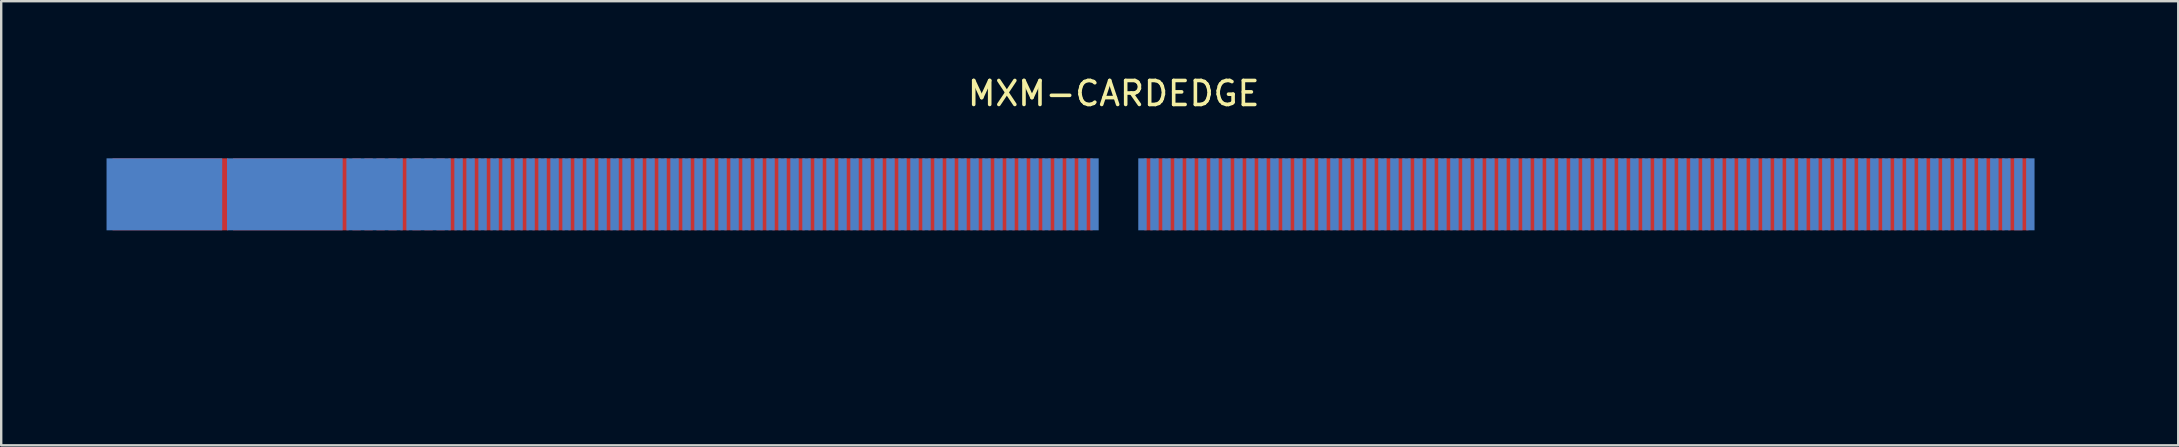
<source format=kicad_pcb>
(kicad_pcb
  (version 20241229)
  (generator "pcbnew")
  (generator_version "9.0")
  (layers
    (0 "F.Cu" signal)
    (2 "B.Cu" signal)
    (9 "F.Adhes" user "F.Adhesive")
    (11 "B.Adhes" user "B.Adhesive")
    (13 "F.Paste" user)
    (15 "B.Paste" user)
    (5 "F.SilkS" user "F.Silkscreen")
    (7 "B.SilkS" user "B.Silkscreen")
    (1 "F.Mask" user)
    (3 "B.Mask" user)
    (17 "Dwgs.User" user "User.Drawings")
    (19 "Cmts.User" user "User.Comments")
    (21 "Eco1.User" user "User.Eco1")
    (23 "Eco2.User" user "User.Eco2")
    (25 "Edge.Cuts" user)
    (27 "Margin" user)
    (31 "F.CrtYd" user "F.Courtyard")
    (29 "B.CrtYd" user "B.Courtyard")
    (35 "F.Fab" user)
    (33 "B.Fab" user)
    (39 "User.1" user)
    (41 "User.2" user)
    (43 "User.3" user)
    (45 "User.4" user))
  (footprint "MXM-CARDEDGE"
    (layer "F.Cu")
    (at 43.56 3.448)
    (property "Reference" "MXM-CARDEDGE" (at -0.2 -2.6 0) (layer "F.SilkS") (effects (font (size 1 1) (thickness 0.15))))
    (attr through_hole)
    (fp_poly (pts (xy -0.5 3.25) (xy -43.5 3.25) (xy -43.5 0) (xy -0.5 0)) (stroke (width 0.1) (type solid)) (fill yes) (layer "F.Mask"))
    (fp_poly (pts (xy 39.5 3.25) (xy 0.5 3.25) (xy 0.5 0) (xy 39.5 0)) (stroke (width 0.1) (type solid)) (fill yes) (layer "F.Mask"))
    (fp_poly (pts (xy -0.5 3.25) (xy -43.5 3.25) (xy -43.5 0) (xy -0.5 0)) (stroke (width 0.1) (type solid)) (fill yes) (layer "B.Mask"))
    (fp_poly (pts (xy 39.5 3.25) (xy 0.5 3.25) (xy 0.5 0) (xy 39.5 0)) (stroke (width 0.1) (type solid)) (fill yes) (layer "B.Mask"))
    (fp_line (start -43.5 0) (end -43.5 6.2) (stroke (width 0.12) (type solid)) (layer "Eco2.User"))
    (fp_line (start -43.5 6.2) (end -41.25 6.2) (stroke (width 0.12) (type solid)) (layer "Eco2.User"))
    (fp_line (start -43.5 7.7) (end -43.5 9) (stroke (width 0.12) (type solid)) (layer "Eco2.User"))
    (fp_line (start -41.25 7.7) (end -43.5 7.7) (stroke (width 0.12) (type solid)) (layer "Eco2.User"))
    (fp_line (start -40.75 6.7) (end -40.75 7.2) (stroke (width 0.12) (type solid)) (layer "Eco2.User"))
    (fp_line (start -0.5 0) (end -43.5 0) (stroke (width 0.12) (type solid)) (layer "Eco2.User"))
    (fp_line (start -0.5 0) (end -0.5 3.25) (stroke (width 0.12) (type solid)) (layer "Eco2.User"))
    (fp_line (start 0.5 0) (end 39.5 0) (stroke (width 0.12) (type solid)) (layer "Eco2.User"))
    (fp_line (start 0.5 3.25) (end 0.5 0) (stroke (width 0.12) (type solid)) (layer "Eco2.User"))
    (fp_line (start 36.75 6.7) (end 36.75 7.2) (stroke (width 0.12) (type solid)) (layer "Eco2.User"))
    (fp_line (start 37.25 6.2) (end 39.5 6.2) (stroke (width 0.12) (type solid)) (layer "Eco2.User"))
    (fp_line (start 39.5 0) (end 39.5 6.2) (stroke (width 0.12) (type solid)) (layer "Eco2.User"))
    (fp_line (start 39.5 7.7) (end 37.25 7.7) (stroke (width 0.12) (type solid)) (layer "Eco2.User"))
    (fp_line (start 39.5 7.7) (end 39.5 9) (stroke (width 0.12) (type solid)) (layer "Eco2.User"))
    (fp_line (start 40 0) (end 40.5 0) (stroke (width 0.12) (type solid)) (layer "Eco2.User"))
    (fp_line (start 40 1.5) (end 40.5 1.5) (stroke (width 0.12) (type solid)) (layer "Eco2.User"))
    (fp_line (start 40.25 0) (end 40.25 1.5) (stroke (width 0.12) (type solid)) (layer "Eco2.User"))
    (fp_arc (start -41.25 6.2) (mid -40.896447 6.346447) (end -40.75 6.7) (stroke (width 0.12) (type solid)) (layer "Eco2.User"))
    (fp_arc (start -40.75 7.2) (mid -40.896447 7.553553) (end -41.25 7.7) (stroke (width 0.12) (type solid)) (layer "Eco2.User"))
    (fp_arc (start 0.5 3.25) (mid 0 3.75) (end -0.5 3.25) (stroke (width 0.12) (type solid)) (layer "Eco2.User"))
    (fp_arc (start 36.75 6.7) (mid 36.896447 6.346447) (end 37.25 6.2) (stroke (width 0.12) (type solid)) (layer "Eco2.User"))
    (fp_arc (start 37.25 7.7) (mid 36.896447 7.553553) (end 36.75 7.2) (stroke (width 0.12) (type solid)) (layer "Eco2.User"))
    (fp_text user "HOLES 66mm r3.2, EDGE 70/105mm" (at 40.9 4.15 90) (layer "Eco2.User") (effects (font (size 0.3 0.3) (thickness 0.05))))
    (pad "1" smd rect (at -31 1.6 180) (size 2.35 3) (layers "B.Cu" "B.Mask" "B.Paste"))
    (pad "2" smd rect (at -31.75 1.6 180) (size 0.35 3) (layers "F.Cu" "F.Mask" "F.Paste"))
    (pad "4" smd rect (at -31.25 1.6 180) (size 0.35 3) (layers "F.Cu" "F.Mask" "F.Paste"))
    (pad "6" smd rect (at -30.75 1.6 180) (size 0.35 3) (layers "F.Cu" "F.Mask" "F.Paste"))
    (pad "8" smd rect (at -30.25 1.6 180) (size 0.35 3) (layers "F.Cu" "F.Mask" "F.Paste"))
    (pad "10" smd rect (at -29.75 1.6 180) (size 0.35 3) (layers "F.Cu" "F.Mask" "F.Paste"))
    (pad "11" smd rect (at -28.75 1.6 180) (size 1.85 3) (layers "B.Cu" "B.Mask" "B.Paste"))
    (pad "12" smd rect (at -29.25 1.6 180) (size 0.35 3) (layers "F.Cu" "F.Mask" "F.Paste"))
    (pad "14" smd rect (at -28.75 1.6 180) (size 0.35 3) (layers "F.Cu" "F.Mask" "F.Paste"))
    (pad "16" smd rect (at -28.25 1.6 180) (size 0.35 3) (layers "F.Cu" "F.Mask" "F.Paste"))
    (pad "18" smd rect (at -27.75 1.6 180) (size 0.35 3) (layers "F.Cu" "F.Mask" "F.Paste"))
    (pad "19" smd rect (at -27.5 1.6 180) (size 0.35 3) (layers "B.Cu" "B.Mask" "B.Paste"))
    (pad "20" smd rect (at -27.25 1.6 180) (size 0.35 3) (layers "F.Cu" "F.Mask" "F.Paste"))
    (pad "21" smd rect (at -27 1.6 180) (size 0.35 3) (layers "B.Cu" "B.Mask" "B.Paste"))
    (pad "22" smd rect (at -26.75 1.6 180) (size 0.35 3) (layers "F.Cu" "F.Mask" "F.Paste"))
    (pad "23" smd rect (at -26.5 1.6 180) (size 0.35 3) (layers "B.Cu" "B.Mask" "B.Paste"))
    (pad "24" smd rect (at -26.25 1.6 180) (size 0.35 3) (layers "F.Cu" "F.Mask" "F.Paste"))
    (pad "25" smd rect (at -26 1.6 180) (size 0.35 3) (layers "B.Cu" "B.Mask" "B.Paste"))
    (pad "26" smd rect (at -25.75 1.6 180) (size 0.35 3) (layers "F.Cu" "F.Mask" "F.Paste"))
    (pad "27" smd rect (at -25.5 1.6 180) (size 0.35 3) (layers "B.Cu" "B.Mask" "B.Paste"))
    (pad "28" smd rect (at -25.25 1.6 180) (size 0.35 3) (layers "F.Cu" "F.Mask" "F.Paste"))
    (pad "29" smd rect (at -25 1.6 180) (size 0.35 3) (layers "B.Cu" "B.Mask" "B.Paste"))
    (pad "30" smd rect (at -24.75 1.6 180) (size 0.35 3) (layers "F.Cu" "F.Mask" "F.Paste"))
    (pad "31" smd rect (at -24.5 1.6 180) (size 0.35 3) (layers "B.Cu" "B.Mask" "B.Paste"))
    (pad "32" smd rect (at -24.25 1.6 180) (size 0.35 3) (layers "F.Cu" "F.Mask" "F.Paste"))
    (pad "33" smd rect (at -24 1.6 180) (size 0.35 3) (layers "B.Cu" "B.Mask" "B.Paste"))
    (pad "34" smd rect (at -23.75 1.6 180) (size 0.35 3) (layers "F.Cu" "F.Mask" "F.Paste"))
    (pad "35" smd rect (at -23.5 1.6 180) (size 0.35 3) (layers "B.Cu" "B.Mask" "B.Paste"))
    (pad "36" smd rect (at -23.25 1.6 180) (size 0.35 3) (layers "F.Cu" "F.Mask" "F.Paste"))
    (pad "37" smd rect (at -23 1.6 180) (size 0.35 3) (layers "B.Cu" "B.Mask" "B.Paste"))
    (pad "38" smd rect (at -22.75 1.6 180) (size 0.35 3) (layers "F.Cu" "F.Mask" "F.Paste"))
    (pad "39" smd rect (at -22.5 1.6 180) (size 0.35 3) (layers "B.Cu" "B.Mask" "B.Paste"))
    (pad "40" smd rect (at -22.25 1.6 180) (size 0.35 3) (layers "F.Cu" "F.Mask" "F.Paste"))
    (pad "41" smd rect (at -22 1.6 180) (size 0.35 3) (layers "B.Cu" "B.Mask" "B.Paste"))
    (pad "42" smd rect (at -21.75 1.6 180) (size 0.35 3) (layers "F.Cu" "F.Mask" "F.Paste"))
    (pad "43" smd rect (at -21.5 1.6 180) (size 0.35 3) (layers "B.Cu" "B.Mask" "B.Paste"))
    (pad "44" smd rect (at -21.25 1.6 180) (size 0.35 3) (layers "F.Cu" "F.Mask" "F.Paste"))
    (pad "45" smd rect (at -21 1.6 180) (size 0.35 3) (layers "B.Cu" "B.Mask" "B.Paste"))
    (pad "46" smd rect (at -20.75 1.6 180) (size 0.35 3) (layers "F.Cu" "F.Mask" "F.Paste"))
    (pad "47" smd rect (at -20.5 1.6 180) (size 0.35 3) (layers "B.Cu" "B.Mask" "B.Paste"))
    (pad "48" smd rect (at -20.25 1.6 180) (size 0.35 3) (layers "F.Cu" "F.Mask" "F.Paste"))
    (pad "49" smd rect (at -20 1.6 180) (size 0.35 3) (layers "B.Cu" "B.Mask" "B.Paste"))
    (pad "50" smd rect (at -19.75 1.6 180) (size 0.35 3) (layers "F.Cu" "F.Mask" "F.Paste"))
    (pad "51" smd rect (at -19.5 1.6 180) (size 0.35 3) (layers "B.Cu" "B.Mask" "B.Paste"))
    (pad "52" smd rect (at -19.25 1.6 180) (size 0.35 3) (layers "F.Cu" "F.Mask" "F.Paste"))
    (pad "53" smd rect (at -19 1.6 180) (size 0.35 3) (layers "B.Cu" "B.Mask" "B.Paste"))
    (pad "54" smd rect (at -18.75 1.6 180) (size 0.35 3) (layers "F.Cu" "F.Mask" "F.Paste"))
    (pad "55" smd rect (at -18.5 1.6 180) (size 0.35 3) (layers "B.Cu" "B.Mask" "B.Paste"))
    (pad "56" smd rect (at -18.25 1.6 180) (size 0.35 3) (layers "F.Cu" "F.Mask" "F.Paste"))
    (pad "57" smd rect (at -18 1.6 180) (size 0.35 3) (layers "B.Cu" "B.Mask" "B.Paste"))
    (pad "58" smd rect (at -17.75 1.6 180) (size 0.35 3) (layers "F.Cu" "F.Mask" "F.Paste"))
    (pad "59" smd rect (at -17.5 1.6 180) (size 0.35 3) (layers "B.Cu" "B.Mask" "B.Paste"))
    (pad "60" smd rect (at -17.25 1.6 180) (size 0.35 3) (layers "F.Cu" "F.Mask" "F.Paste"))
    (pad "61" smd rect (at -17 1.6 180) (size 0.35 3) (layers "B.Cu" "B.Mask" "B.Paste"))
    (pad "62" smd rect (at -16.75 1.6 180) (size 0.35 3) (layers "F.Cu" "F.Mask" "F.Paste"))
    (pad "63" smd rect (at -16.5 1.6 180) (size 0.35 3) (layers "B.Cu" "B.Mask" "B.Paste"))
    (pad "64" smd rect (at -16.25 1.6 180) (size 0.35 3) (layers "F.Cu" "F.Mask" "F.Paste"))
    (pad "65" smd rect (at -16 1.6 180) (size 0.35 3) (layers "B.Cu" "B.Mask" "B.Paste"))
    (pad "66" smd rect (at -15.75 1.6 180) (size 0.35 3) (layers "F.Cu" "F.Mask" "F.Paste"))
    (pad "67" smd rect (at -15.5 1.6 180) (size 0.35 3) (layers "B.Cu" "B.Mask" "B.Paste"))
    (pad "68" smd rect (at -15.25 1.6 180) (size 0.35 3) (layers "F.Cu" "F.Mask" "F.Paste"))
    (pad "69" smd rect (at -15 1.6 180) (size 0.35 3) (layers "B.Cu" "B.Mask" "B.Paste"))
    (pad "70" smd rect (at -14.75 1.6 180) (size 0.35 3) (layers "F.Cu" "F.Mask" "F.Paste"))
    (pad "71" smd rect (at -14.5 1.6 180) (size 0.35 3) (layers "B.Cu" "B.Mask" "B.Paste"))
    (pad "72" smd rect (at -14.25 1.6 180) (size 0.35 3) (layers "F.Cu" "F.Mask" "F.Paste"))
    (pad "73" smd rect (at -14 1.6 180) (size 0.35 3) (layers "B.Cu" "B.Mask" "B.Paste"))
    (pad "74" smd rect (at -13.75 1.6 180) (size 0.35 3) (layers "F.Cu" "F.Mask" "F.Paste"))
    (pad "75" smd rect (at -13.5 1.6 180) (size 0.35 3) (layers "B.Cu" "B.Mask" "B.Paste"))
    (pad "76" smd rect (at -13.25 1.6 180) (size 0.35 3) (layers "F.Cu" "F.Mask" "F.Paste"))
    (pad "77" smd rect (at -13 1.6 180) (size 0.35 3) (layers "B.Cu" "B.Mask" "B.Paste"))
    (pad "78" smd rect (at -12.75 1.6 180) (size 0.35 3) (layers "F.Cu" "F.Mask" "F.Paste"))
    (pad "79" smd rect (at -12.5 1.6 180) (size 0.35 3) (layers "B.Cu" "B.Mask" "B.Paste"))
    (pad "80" smd rect (at -12.25 1.6 180) (size 0.35 3) (layers "F.Cu" "F.Mask" "F.Paste"))
    (pad "81" smd rect (at -12 1.6 180) (size 0.35 3) (layers "B.Cu" "B.Mask" "B.Paste"))
    (pad "82" smd rect (at -11.75 1.6 180) (size 0.35 3) (layers "F.Cu" "F.Mask" "F.Paste"))
    (pad "83" smd rect (at -11.5 1.6 180) (size 0.35 3) (layers "B.Cu" "B.Mask" "B.Paste"))
    (pad "84" smd rect (at -11.25 1.6 180) (size 0.35 3) (layers "F.Cu" "F.Mask" "F.Paste"))
    (pad "85" smd rect (at -11 1.6 180) (size 0.35 3) (layers "B.Cu" "B.Mask" "B.Paste"))
    (pad "86" smd rect (at -10.75 1.6 180) (size 0.35 3) (layers "F.Cu" "F.Mask" "F.Paste"))
    (pad "87" smd rect (at -10.5 1.6 180) (size 0.35 3) (layers "B.Cu" "B.Mask" "B.Paste"))
    (pad "88" smd rect (at -10.25 1.6 180) (size 0.35 3) (layers "F.Cu" "F.Mask" "F.Paste"))
    (pad "89" smd rect (at -10 1.6 180) (size 0.35 3) (layers "B.Cu" "B.Mask" "B.Paste"))
    (pad "90" smd rect (at -9.75 1.6 180) (size 0.35 3) (layers "F.Cu" "F.Mask" "F.Paste"))
    (pad "91" smd rect (at -9.5 1.6 180) (size 0.35 3) (layers "B.Cu" "B.Mask" "B.Paste"))
    (pad "92" smd rect (at -9.25 1.6 180) (size 0.35 3) (layers "F.Cu" "F.Mask" "F.Paste"))
    (pad "93" smd rect (at -9 1.6 180) (size 0.35 3) (layers "B.Cu" "B.Mask" "B.Paste"))
    (pad "94" smd rect (at -8.75 1.6 180) (size 0.35 3) (layers "F.Cu" "F.Mask" "F.Paste"))
    (pad "95" smd rect (at -8.5 1.6 180) (size 0.35 3) (layers "B.Cu" "B.Mask" "B.Paste"))
    (pad "96" smd rect (at -8.25 1.6 180) (size 0.35 3) (layers "F.Cu" "F.Mask" "F.Paste"))
    (pad "97" smd rect (at -8 1.6 180) (size 0.35 3) (layers "B.Cu" "B.Mask" "B.Paste"))
    (pad "98" smd rect (at -7.75 1.6 180) (size 0.35 3) (layers "F.Cu" "F.Mask" "F.Paste"))
    (pad "99" smd rect (at -7.5 1.6 180) (size 0.35 3) (layers "B.Cu" "B.Mask" "B.Paste"))
    (pad "100" smd rect (at -7.25 1.6 180) (size 0.35 3) (layers "F.Cu" "F.Mask" "F.Paste"))
    (pad "101" smd rect (at -7 1.6 180) (size 0.35 3) (layers "B.Cu" "B.Mask" "B.Paste"))
    (pad "102" smd rect (at -6.75 1.6 180) (size 0.35 3) (layers "F.Cu" "F.Mask" "F.Paste"))
    (pad "103" smd rect (at -6.5 1.6 180) (size 0.35 3) (layers "B.Cu" "B.Mask" "B.Paste"))
    (pad "104" smd rect (at -6.25 1.6 180) (size 0.35 3) (layers "F.Cu" "F.Mask" "F.Paste"))
    (pad "105" smd rect (at -6 1.6 180) (size 0.35 3) (layers "B.Cu" "B.Mask" "B.Paste"))
    (pad "106" smd rect (at -5.75 1.6 180) (size 0.35 3) (layers "F.Cu" "F.Mask" "F.Paste"))
    (pad "107" smd rect (at -5.5 1.6 180) (size 0.35 3) (layers "B.Cu" "B.Mask" "B.Paste"))
    (pad "108" smd rect (at -5.25 1.6 180) (size 0.35 3) (layers "F.Cu" "F.Mask" "F.Paste"))
    (pad "109" smd rect (at -5 1.6 180) (size 0.35 3) (layers "B.Cu" "B.Mask" "B.Paste"))
    (pad "110" smd rect (at -4.75 1.6 180) (size 0.35 3) (layers "F.Cu" "F.Mask" "F.Paste"))
    (pad "111" smd rect (at -4.5 1.6 180) (size 0.35 3) (layers "B.Cu" "B.Mask" "B.Paste"))
    (pad "112" smd rect (at -4.25 1.6 180) (size 0.35 3) (layers "F.Cu" "F.Mask" "F.Paste"))
    (pad "113" smd rect (at -4 1.6 180) (size 0.35 3) (layers "B.Cu" "B.Mask" "B.Paste"))
    (pad "114" smd rect (at -3.75 1.6 180) (size 0.35 3) (layers "F.Cu" "F.Mask" "F.Paste"))
    (pad "115" smd rect (at -3.5 1.6 180) (size 0.35 3) (layers "B.Cu" "B.Mask" "B.Paste"))
    (pad "116" smd rect (at -3.25 1.6 180) (size 0.35 3) (layers "F.Cu" "F.Mask" "F.Paste"))
    (pad "117" smd rect (at -3 1.6 180) (size 0.35 3) (layers "B.Cu" "B.Mask" "B.Paste"))
    (pad "118" smd rect (at -2.75 1.6 180) (size 0.35 3) (layers "F.Cu" "F.Mask" "F.Paste"))
    (pad "119" smd rect (at -2.5 1.6 180) (size 0.35 3) (layers "B.Cu" "B.Mask" "B.Paste"))
    (pad "120" smd rect (at -2.25 1.6 180) (size 0.35 3) (layers "F.Cu" "F.Mask" "F.Paste"))
    (pad "121" smd rect (at -2 1.6 180) (size 0.35 3) (layers "B.Cu" "B.Mask" "B.Paste"))
    (pad "122" smd rect (at -1.75 1.6 180) (size 0.35 3) (layers "F.Cu" "F.Mask" "F.Paste"))
    (pad "123" smd rect (at -1.5 1.6 180) (size 0.35 3) (layers "B.Cu" "B.Mask" "B.Paste"))
    (pad "124" smd rect (at -1.25 1.6 180) (size 0.35 3) (layers "F.Cu" "F.Mask" "F.Paste"))
    (pad "125" smd rect (at -1 1.6 180) (size 0.35 3) (layers "B.Cu" "B.Mask" "B.Paste"))
    (pad "133" smd rect (at 1 1.6 180) (size 0.35 3) (layers "B.Cu" "B.Mask" "B.Paste"))
    (pad "134" smd rect (at 1.25 1.6 180) (size 0.35 3) (layers "F.Cu" "F.Mask" "F.Paste"))
    (pad "135" smd rect (at 1.5 1.6 180) (size 0.35 3) (layers "B.Cu" "B.Mask" "B.Paste"))
    (pad "136" smd rect (at 1.75 1.6 180) (size 0.35 3) (layers "F.Cu" "F.Mask" "F.Paste"))
    (pad "137" smd rect (at 2 1.6 180) (size 0.35 3) (layers "B.Cu" "B.Mask" "B.Paste"))
    (pad "138" smd rect (at 2.25 1.6 180) (size 0.35 3) (layers "F.Cu" "F.Mask" "F.Paste"))
    (pad "139" smd rect (at 2.5 1.6 180) (size 0.35 3) (layers "B.Cu" "B.Mask" "B.Paste"))
    (pad "140" smd rect (at 2.75 1.6 180) (size 0.35 3) (layers "F.Cu" "F.Mask" "F.Paste"))
    (pad "141" smd rect (at 3 1.6 180) (size 0.35 3) (layers "B.Cu" "B.Mask" "B.Paste"))
    (pad "142" smd rect (at 3.25 1.6 180) (size 0.35 3) (layers "F.Cu" "F.Mask" "F.Paste"))
    (pad "143" smd rect (at 3.5 1.6 180) (size 0.35 3) (layers "B.Cu" "B.Mask" "B.Paste"))
    (pad "144" smd rect (at 3.75 1.6 180) (size 0.35 3) (layers "F.Cu" "F.Mask" "F.Paste"))
    (pad "145" smd rect (at 4 1.6 180) (size 0.35 3) (layers "B.Cu" "B.Mask" "B.Paste"))
    (pad "146" smd rect (at 4.25 1.6 180) (size 0.35 3) (layers "F.Cu" "F.Mask" "F.Paste"))
    (pad "147" smd rect (at 4.5 1.6 180) (size 0.35 3) (layers "B.Cu" "B.Mask" "B.Paste"))
    (pad "148" smd rect (at 4.75 1.6 180) (size 0.35 3) (layers "F.Cu" "F.Mask" "F.Paste"))
    (pad "149" smd rect (at 5 1.6 180) (size 0.35 3) (layers "B.Cu" "B.Mask" "B.Paste"))
    (pad "150" smd rect (at 5.25 1.6 180) (size 0.35 3) (layers "F.Cu" "F.Mask" "F.Paste"))
    (pad "151" smd rect (at 5.5 1.6 180) (size 0.35 3) (layers "B.Cu" "B.Mask" "B.Paste"))
    (pad "152" smd rect (at 5.75 1.6 180) (size 0.35 3) (layers "F.Cu" "F.Mask" "F.Paste"))
    (pad "153" smd rect (at 6 1.6 180) (size 0.35 3) (layers "B.Cu" "B.Mask" "B.Paste"))
    (pad "154" smd rect (at 6.25 1.6 180) (size 0.35 3) (layers "F.Cu" "F.Mask" "F.Paste"))
    (pad "155" smd rect (at 6.5 1.6 180) (size 0.35 3) (layers "B.Cu" "B.Mask" "B.Paste"))
    (pad "156" smd rect (at 6.75 1.6 180) (size 0.35 3) (layers "F.Cu" "F.Mask" "F.Paste"))
    (pad "157" smd rect (at 7 1.6 180) (size 0.35 3) (layers "B.Cu" "B.Mask" "B.Paste"))
    (pad "158" smd rect (at 7.25 1.6 180) (size 0.35 3) (layers "F.Cu" "F.Mask" "F.Paste"))
    (pad "159" smd rect (at 7.5 1.6 180) (size 0.35 3) (layers "B.Cu" "B.Mask" "B.Paste"))
    (pad "160" smd rect (at 7.75 1.6 180) (size 0.35 3) (layers "F.Cu" "F.Mask" "F.Paste"))
    (pad "161" smd rect (at 8 1.6 180) (size 0.35 3) (layers "B.Cu" "B.Mask" "B.Paste"))
    (pad "162" smd rect (at 8.25 1.6 180) (size 0.35 3) (layers "F.Cu" "F.Mask" "F.Paste"))
    (pad "163" smd rect (at 8.5 1.6 180) (size 0.35 3) (layers "B.Cu" "B.Mask" "B.Paste"))
    (pad "164" smd rect (at 8.75 1.6 180) (size 0.35 3) (layers "F.Cu" "F.Mask" "F.Paste"))
    (pad "165" smd rect (at 9 1.6 180) (size 0.35 3) (layers "B.Cu" "B.Mask" "B.Paste"))
    (pad "166" smd rect (at 9.25 1.6 180) (size 0.35 3) (layers "F.Cu" "F.Mask" "F.Paste"))
    (pad "167" smd rect (at 9.5 1.6 180) (size 0.35 3) (layers "B.Cu" "B.Mask" "B.Paste"))
    (pad "168" smd rect (at 9.75 1.6 180) (size 0.35 3) (layers "F.Cu" "F.Mask" "F.Paste"))
    (pad "169" smd rect (at 10 1.6 180) (size 0.35 3) (layers "B.Cu" "B.Mask" "B.Paste"))
    (pad "170" smd rect (at 10.25 1.6 180) (size 0.35 3) (layers "F.Cu" "F.Mask" "F.Paste"))
    (pad "171" smd rect (at 10.5 1.6 180) (size 0.35 3) (layers "B.Cu" "B.Mask" "B.Paste"))
    (pad "172" smd rect (at 10.75 1.6 180) (size 0.35 3) (layers "F.Cu" "F.Mask" "F.Paste"))
    (pad "173" smd rect (at 11 1.6 180) (size 0.35 3) (layers "B.Cu" "B.Mask" "B.Paste"))
    (pad "174" smd rect (at 11.25 1.6 180) (size 0.35 3) (layers "F.Cu" "F.Mask" "F.Paste"))
    (pad "175" smd rect (at 11.5 1.6 180) (size 0.35 3) (layers "B.Cu" "B.Mask" "B.Paste"))
    (pad "176" smd rect (at 11.75 1.6 180) (size 0.35 3) (layers "F.Cu" "F.Mask" "F.Paste"))
    (pad "177" smd rect (at 12 1.6 180) (size 0.35 3) (layers "B.Cu" "B.Mask" "B.Paste"))
    (pad "178" smd rect (at 12.25 1.6 180) (size 0.35 3) (layers "F.Cu" "F.Mask" "F.Paste"))
    (pad "179" smd rect (at 12.5 1.6 180) (size 0.35 3) (layers "B.Cu" "B.Mask" "B.Paste"))
    (pad "180" smd rect (at 12.75 1.6 180) (size 0.35 3) (layers "F.Cu" "F.Mask" "F.Paste"))
    (pad "181" smd rect (at 13 1.6 180) (size 0.35 3) (layers "B.Cu" "B.Mask" "B.Paste"))
    (pad "182" smd rect (at 13.25 1.6 180) (size 0.35 3) (layers "F.Cu" "F.Mask" "F.Paste"))
    (pad "183" smd rect (at 13.5 1.6 180) (size 0.35 3) (layers "B.Cu" "B.Mask" "B.Paste"))
    (pad "184" smd rect (at 13.75 1.6 180) (size 0.35 3) (layers "F.Cu" "F.Mask" "F.Paste"))
    (pad "185" smd rect (at 14 1.6 180) (size 0.35 3) (layers "B.Cu" "B.Mask" "B.Paste"))
    (pad "186" smd rect (at 14.25 1.6 180) (size 0.35 3) (layers "F.Cu" "F.Mask" "F.Paste"))
    (pad "187" smd rect (at 14.5 1.6 180) (size 0.35 3) (layers "B.Cu" "B.Mask" "B.Paste"))
    (pad "188" smd rect (at 14.75 1.6 180) (size 0.35 3) (layers "F.Cu" "F.Mask" "F.Paste"))
    (pad "189" smd rect (at 15 1.6 180) (size 0.35 3) (layers "B.Cu" "B.Mask" "B.Paste"))
    (pad "190" smd rect (at 15.25 1.6 180) (size 0.35 3) (layers "F.Cu" "F.Mask" "F.Paste"))
    (pad "191" smd rect (at 15.5 1.6 180) (size 0.35 3) (layers "B.Cu" "B.Mask" "B.Paste"))
    (pad "192" smd rect (at 15.75 1.6 180) (size 0.35 3) (layers "F.Cu" "F.Mask" "F.Paste"))
    (pad "193" smd rect (at 16 1.6 180) (size 0.35 3) (layers "B.Cu" "B.Mask" "B.Paste"))
    (pad "194" smd rect (at 16.25 1.6 180) (size 0.35 3) (layers "F.Cu" "F.Mask" "F.Paste"))
    (pad "195" smd rect (at 16.5 1.6 180) (size 0.35 3) (layers "B.Cu" "B.Mask" "B.Paste"))
    (pad "196" smd rect (at 16.75 1.6 180) (size 0.35 3) (layers "F.Cu" "F.Mask" "F.Paste"))
    (pad "197" smd rect (at 17 1.6 180) (size 0.35 3) (layers "B.Cu" "B.Mask" "B.Paste"))
    (pad "198" smd rect (at 17.25 1.6 180) (size 0.35 3) (layers "F.Cu" "F.Mask" "F.Paste"))
    (pad "199" smd rect (at 17.5 1.6 180) (size 0.35 3) (layers "B.Cu" "B.Mask" "B.Paste"))
    (pad "200" smd rect (at 17.75 1.6 180) (size 0.35 3) (layers "F.Cu" "F.Mask" "F.Paste"))
    (pad "201" smd rect (at 18 1.6 180) (size 0.35 3) (layers "B.Cu" "B.Mask" "B.Paste"))
    (pad "202" smd rect (at 18.25 1.6 180) (size 0.35 3) (layers "F.Cu" "F.Mask" "F.Paste"))
    (pad "203" smd rect (at 18.5 1.6 180) (size 0.35 3) (layers "B.Cu" "B.Mask" "B.Paste"))
    (pad "204" smd rect (at 18.75 1.6 180) (size 0.35 3) (layers "F.Cu" "F.Mask" "F.Paste"))
    (pad "205" smd rect (at 19 1.6 180) (size 0.35 3) (layers "B.Cu" "B.Mask" "B.Paste"))
    (pad "206" smd rect (at 19.25 1.6 180) (size 0.35 3) (layers "F.Cu" "F.Mask" "F.Paste"))
    (pad "207" smd rect (at 19.5 1.6 180) (size 0.35 3) (layers "B.Cu" "B.Mask" "B.Paste"))
    (pad "208" smd rect (at 19.75 1.6 180) (size 0.35 3) (layers "F.Cu" "F.Mask" "F.Paste"))
    (pad "209" smd rect (at 20 1.6 180) (size 0.35 3) (layers "B.Cu" "B.Mask" "B.Paste"))
    (pad "210" smd rect (at 20.25 1.6 180) (size 0.35 3) (layers "F.Cu" "F.Mask" "F.Paste"))
    (pad "211" smd rect (at 20.5 1.6 180) (size 0.35 3) (layers "B.Cu" "B.Mask" "B.Paste"))
    (pad "212" smd rect (at 20.75 1.6 180) (size 0.35 3) (layers "F.Cu" "F.Mask" "F.Paste"))
    (pad "213" smd rect (at 21 1.6 180) (size 0.35 3) (layers "B.Cu" "B.Mask" "B.Paste"))
    (pad "214" smd rect (at 21.25 1.6 180) (size 0.35 3) (layers "F.Cu" "F.Mask" "F.Paste"))
    (pad "215" smd rect (at 21.5 1.6 180) (size 0.35 3) (layers "B.Cu" "B.Mask" "B.Paste"))
    (pad "216" smd rect (at 21.75 1.6 180) (size 0.35 3) (layers "F.Cu" "F.Mask" "F.Paste"))
    (pad "217" smd rect (at 22 1.6 180) (size 0.35 3) (layers "B.Cu" "B.Mask" "B.Paste"))
    (pad "218" smd rect (at 22.25 1.6 180) (size 0.35 3) (layers "F.Cu" "F.Mask" "F.Paste"))
    (pad "219" smd rect (at 22.5 1.6 180) (size 0.35 3) (layers "B.Cu" "B.Mask" "B.Paste"))
    (pad "220" smd rect (at 22.75 1.6 180) (size 0.35 3) (layers "F.Cu" "F.Mask" "F.Paste"))
    (pad "221" smd rect (at 23 1.6 180) (size 0.35 3) (layers "B.Cu" "B.Mask" "B.Paste"))
    (pad "222" smd rect (at 23.25 1.6 180) (size 0.35 3) (layers "F.Cu" "F.Mask" "F.Paste"))
    (pad "223" smd rect (at 23.5 1.6 180) (size 0.35 3) (layers "B.Cu" "B.Mask" "B.Paste"))
    (pad "224" smd rect (at 23.75 1.6 180) (size 0.35 3) (layers "F.Cu" "F.Mask" "F.Paste"))
    (pad "225" smd rect (at 24 1.6 180) (size 0.35 3) (layers "B.Cu" "B.Mask" "B.Paste"))
    (pad "226" smd rect (at 24.25 1.6 180) (size 0.35 3) (layers "F.Cu" "F.Mask" "F.Paste"))
    (pad "227" smd rect (at 24.5 1.6 180) (size 0.35 3) (layers "B.Cu" "B.Mask" "B.Paste"))
    (pad "228" smd rect (at 24.75 1.6 180) (size 0.35 3) (layers "F.Cu" "F.Mask" "F.Paste"))
    (pad "229" smd rect (at 25 1.6 180) (size 0.35 3) (layers "B.Cu" "B.Mask" "B.Paste"))
    (pad "230" smd rect (at 25.25 1.6 180) (size 0.35 3) (layers "F.Cu" "F.Mask" "F.Paste"))
    (pad "231" smd rect (at 25.5 1.6 180) (size 0.35 3) (layers "B.Cu" "B.Mask" "B.Paste"))
    (pad "232" smd rect (at 25.75 1.6 180) (size 0.35 3) (layers "F.Cu" "F.Mask" "F.Paste"))
    (pad "233" smd rect (at 26 1.6 180) (size 0.35 3) (layers "B.Cu" "B.Mask" "B.Paste"))
    (pad "234" smd rect (at 26.25 1.6 180) (size 0.35 3) (layers "F.Cu" "F.Mask" "F.Paste"))
    (pad "235" smd rect (at 26.5 1.6 180) (size 0.35 3) (layers "B.Cu" "B.Mask" "B.Paste"))
    (pad "236" smd rect (at 26.75 1.6 180) (size 0.35 3) (layers "F.Cu" "F.Mask" "F.Paste"))
    (pad "237" smd rect (at 27 1.6 180) (size 0.35 3) (layers "B.Cu" "B.Mask" "B.Paste"))
    (pad "238" smd rect (at 27.25 1.6 180) (size 0.35 3) (layers "F.Cu" "F.Mask" "F.Paste"))
    (pad "239" smd rect (at 27.5 1.6 180) (size 0.35 3) (layers "B.Cu" "B.Mask" "B.Paste"))
    (pad "240" smd rect (at 27.75 1.6 180) (size 0.35 3) (layers "F.Cu" "F.Mask" "F.Paste"))
    (pad "241" smd rect (at 28 1.6 180) (size 0.35 3) (layers "B.Cu" "B.Mask" "B.Paste"))
    (pad "242" smd rect (at 28.25 1.6 180) (size 0.35 3) (layers "F.Cu" "F.Mask" "F.Paste"))
    (pad "243" smd rect (at 28.5 1.6 180) (size 0.35 3) (layers "B.Cu" "B.Mask" "B.Paste"))
    (pad "244" smd rect (at 28.75 1.6 180) (size 0.35 3) (layers "F.Cu" "F.Mask" "F.Paste"))
    (pad "245" smd rect (at 29 1.6 180) (size 0.35 3) (layers "B.Cu" "B.Mask" "B.Paste"))
    (pad "246" smd rect (at 29.25 1.6 180) (size 0.35 3) (layers "F.Cu" "F.Mask" "F.Paste"))
    (pad "247" smd rect (at 29.5 1.6 180) (size 0.35 3) (layers "B.Cu" "B.Mask" "B.Paste"))
    (pad "248" smd rect (at 29.75 1.6 180) (size 0.35 3) (layers "F.Cu" "F.Mask" "F.Paste"))
    (pad "249" smd rect (at 30 1.6 180) (size 0.35 3) (layers "B.Cu" "B.Mask" "B.Paste"))
    (pad "250" smd rect (at 30.25 1.6 180) (size 0.35 3) (layers "F.Cu" "F.Mask" "F.Paste"))
    (pad "251" smd rect (at 30.5 1.6 180) (size 0.35 3) (layers "B.Cu" "B.Mask" "B.Paste"))
    (pad "252" smd rect (at 30.75 1.6 180) (size 0.35 3) (layers "F.Cu" "F.Mask" "F.Paste"))
    (pad "253" smd rect (at 31 1.6 180) (size 0.35 3) (layers "B.Cu" "B.Mask" "B.Paste"))
    (pad "254" smd rect (at 31.25 1.6 180) (size 0.35 3) (layers "F.Cu" "F.Mask" "F.Paste"))
    (pad "255" smd rect (at 31.5 1.6 180) (size 0.35 3) (layers "B.Cu" "B.Mask" "B.Paste"))
    (pad "256" smd rect (at 31.75 1.6 180) (size 0.35 3) (layers "F.Cu" "F.Mask" "F.Paste"))
    (pad "257" smd rect (at 32 1.6 180) (size 0.35 3) (layers "B.Cu" "B.Mask" "B.Paste"))
    (pad "258" smd rect (at 32.25 1.6 180) (size 0.35 3) (layers "F.Cu" "F.Mask" "F.Paste"))
    (pad "259" smd rect (at 32.5 1.6 180) (size 0.35 3) (layers "B.Cu" "B.Mask" "B.Paste"))
    (pad "260" smd rect (at 32.75 1.6 180) (size 0.35 3) (layers "F.Cu" "F.Mask" "F.Paste"))
    (pad "261" smd rect (at 33 1.6 180) (size 0.35 3) (layers "B.Cu" "B.Mask" "B.Paste"))
    (pad "262" smd rect (at 33.25 1.6 180) (size 0.35 3) (layers "F.Cu" "F.Mask" "F.Paste"))
    (pad "263" smd rect (at 33.5 1.6 180) (size 0.35 3) (layers "B.Cu" "B.Mask" "B.Paste"))
    (pad "264" smd rect (at 33.75 1.6 180) (size 0.35 3) (layers "F.Cu" "F.Mask" "F.Paste"))
    (pad "265" smd rect (at 34 1.6 180) (size 0.35 3) (layers "B.Cu" "B.Mask" "B.Paste"))
    (pad "266" smd rect (at 34.25 1.6 180) (size 0.35 3) (layers "F.Cu" "F.Mask" "F.Paste"))
    (pad "267" smd rect (at 34.5 1.6 180) (size 0.35 3) (layers "B.Cu" "B.Mask" "B.Paste"))
    (pad "268" smd rect (at 34.75 1.6 180) (size 0.35 3) (layers "F.Cu" "F.Mask" "F.Paste"))
    (pad "269" smd rect (at 35 1.6 180) (size 0.35 3) (layers "B.Cu" "B.Mask" "B.Paste"))
    (pad "270" smd rect (at 35.25 1.6 180) (size 0.35 3) (layers "F.Cu" "F.Mask" "F.Paste"))
    (pad "271" smd rect (at 35.5 1.6 180) (size 0.35 3) (layers "B.Cu" "B.Mask" "B.Paste"))
    (pad "272" smd rect (at 35.75 1.6 180) (size 0.35 3) (layers "F.Cu" "F.Mask" "F.Paste"))
    (pad "273" smd rect (at 36 1.6 180) (size 0.35 3) (layers "B.Cu" "B.Mask" "B.Paste"))
    (pad "274" smd rect (at 36.25 1.6 180) (size 0.35 3) (layers "F.Cu" "F.Mask" "F.Paste"))
    (pad "275" smd rect (at 36.5 1.6 180) (size 0.35 3) (layers "B.Cu" "B.Mask" "B.Paste"))
    (pad "276" smd rect (at 36.75 1.6 180) (size 0.35 3) (layers "F.Cu" "F.Mask" "F.Paste"))
    (pad "277" smd rect (at 37 1.6 180) (size 0.35 3) (layers "B.Cu" "B.Mask" "B.Paste"))
    (pad "278" smd rect (at 37.5 1.6 180) (size 0.85 3) (layers "F.Cu" "F.Mask" "F.Paste"))
    (pad "279" smd rect (at 37.5 1.6 180) (size 0.35 3) (layers "B.Cu" "B.Mask" "B.Paste"))
    (pad "281" smd rect (at 38 1.6 180) (size 0.35 3) (layers "B.Cu" "B.Mask" "B.Paste"))
    (pad "E1" smd rect (at -39.76 1.6 180) (size 4.82 3) (layers "B.Cu" "B.Mask" "B.Paste"))
    (pad "E2" smd rect (at -39.51 1.6 180) (size 4.82 3) (layers "F.Cu" "F.Mask" "F.Paste"))
    (pad "E3" smd rect (at -34.74 1.6 180) (size 4.82 3) (layers "B.Cu" "B.Mask" "B.Paste"))
    (pad "E4" smd rect (at -34.49 1.6 180) (size 4.82 3) (layers "F.Cu" "F.Mask" "F.Paste")))
  (gr_rect
    (start -3 -3)
    (end 87.723 15.508)
    (stroke (width 0.1) (type default))
    (fill no)
    (layer "Edge.Cuts")))
</source>
